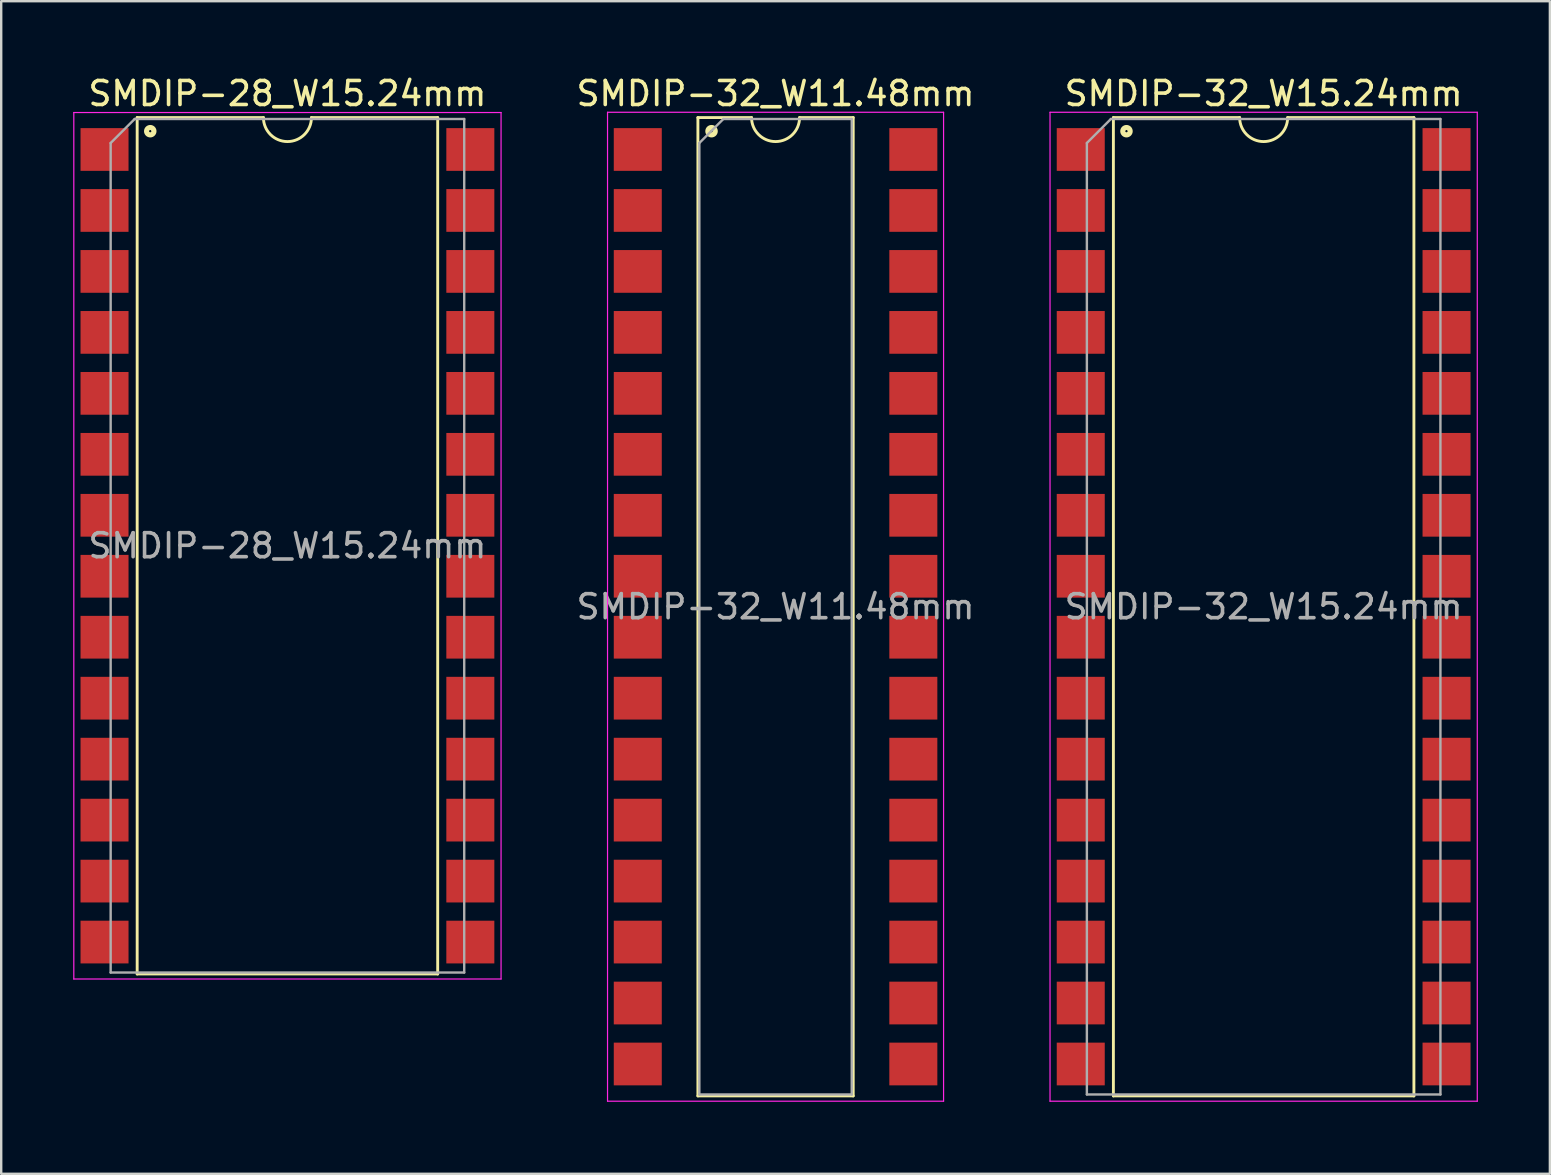
<source format=kicad_pcb>
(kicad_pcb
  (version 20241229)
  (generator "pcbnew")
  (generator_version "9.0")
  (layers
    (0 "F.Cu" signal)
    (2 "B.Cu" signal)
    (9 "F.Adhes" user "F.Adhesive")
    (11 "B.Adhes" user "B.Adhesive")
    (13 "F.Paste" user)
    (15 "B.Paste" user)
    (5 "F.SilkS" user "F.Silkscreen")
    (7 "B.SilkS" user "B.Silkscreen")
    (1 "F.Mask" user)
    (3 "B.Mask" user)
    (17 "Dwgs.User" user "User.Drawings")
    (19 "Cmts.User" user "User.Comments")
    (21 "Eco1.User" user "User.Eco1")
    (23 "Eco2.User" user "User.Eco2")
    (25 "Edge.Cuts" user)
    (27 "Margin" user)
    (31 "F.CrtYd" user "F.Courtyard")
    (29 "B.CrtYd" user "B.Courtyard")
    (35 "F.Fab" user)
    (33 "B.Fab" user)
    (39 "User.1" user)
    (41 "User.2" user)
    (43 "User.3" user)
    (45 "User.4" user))
  (footprint "SMDIP-32_W15.24mm"
    (layer "F.Cu")
    (at 49.596 22.228)
    (property "Reference" "SMDIP-32_W15.24mm" (at 0 -21.38 0) (layer "F.SilkS") (effects (font (size 1 1) (thickness 0.15))))
    (attr smd)
    (fp_line (start -6.26 -20.38) (end -6.26 20.38) (stroke (width 0.12) (type solid)) (layer "F.SilkS"))
    (fp_line (start -6.26 20.38) (end 6.26 20.38) (stroke (width 0.12) (type solid)) (layer "F.SilkS"))
    (fp_line (start -1 -20.38) (end -6.26 -20.38) (stroke (width 0.12) (type solid)) (layer "F.SilkS"))
    (fp_line (start 6.26 -20.38) (end 1 -20.38) (stroke (width 0.12) (type solid)) (layer "F.SilkS"))
    (fp_line (start 6.26 20.38) (end 6.26 -20.38) (stroke (width 0.12) (type solid)) (layer "F.SilkS"))
    (fp_arc (start 1 -20.38) (mid 0 -19.38) (end -1 -20.38) (stroke (width 0.12) (type solid)) (layer "F.SilkS"))
    (fp_circle (center -5.715 -19.812) (end -5.665 -19.812) (stroke (width 0.12) (type solid)) (fill no) (layer "F.SilkS"))
    (fp_circle (center -5.715 -19.812) (end -5.59 -19.812) (stroke (width 0.12) (type solid)) (fill no) (layer "F.SilkS"))
    (fp_circle (center -5.715 -19.812) (end -5.515 -19.812) (stroke (width 0.12) (type solid)) (fill no) (layer "F.SilkS"))
    (fp_line (start -8.9 -20.6) (end -8.9 20.6) (stroke (width 0.05) (type solid)) (layer "F.CrtYd"))
    (fp_line (start -8.9 20.6) (end 8.9 20.6) (stroke (width 0.05) (type solid)) (layer "F.CrtYd"))
    (fp_line (start 8.9 -20.6) (end -8.9 -20.6) (stroke (width 0.05) (type solid)) (layer "F.CrtYd"))
    (fp_line (start 8.9 20.6) (end 8.9 -20.6) (stroke (width 0.05) (type solid)) (layer "F.CrtYd"))
    (fp_line (start -7.365 -19.32) (end -6.365 -20.32) (stroke (width 0.1) (type solid)) (layer "F.Fab"))
    (fp_line (start -7.365 20.32) (end -7.365 -19.32) (stroke (width 0.1) (type solid)) (layer "F.Fab"))
    (fp_line (start -6.365 -20.32) (end 7.365 -20.32) (stroke (width 0.1) (type solid)) (layer "F.Fab"))
    (fp_line (start 7.365 -20.32) (end 7.365 20.32) (stroke (width 0.1) (type solid)) (layer "F.Fab"))
    (fp_line (start 7.365 20.32) (end -7.365 20.32) (stroke (width 0.1) (type solid)) (layer "F.Fab"))
    (fp_text user "${REFERENCE}" (at 0 0 0) (layer "F.Fab") (effects (font (size 1 1) (thickness 0.15))))
    (pad "1" smd rect (at -7.62 -19.05) (size 2 1.78) (layers "F.Cu" "F.Mask" "F.Paste"))
    (pad "2" smd rect (at -7.62 -16.51) (size 2 1.78) (layers "F.Cu" "F.Mask" "F.Paste"))
    (pad "3" smd rect (at -7.62 -13.97) (size 2 1.78) (layers "F.Cu" "F.Mask" "F.Paste"))
    (pad "4" smd rect (at -7.62 -11.43) (size 2 1.78) (layers "F.Cu" "F.Mask" "F.Paste"))
    (pad "5" smd rect (at -7.62 -8.89) (size 2 1.78) (layers "F.Cu" "F.Mask" "F.Paste"))
    (pad "6" smd rect (at -7.62 -6.35) (size 2 1.78) (layers "F.Cu" "F.Mask" "F.Paste"))
    (pad "7" smd rect (at -7.62 -3.81) (size 2 1.78) (layers "F.Cu" "F.Mask" "F.Paste"))
    (pad "8" smd rect (at -7.62 -1.27) (size 2 1.78) (layers "F.Cu" "F.Mask" "F.Paste"))
    (pad "9" smd rect (at -7.62 1.27) (size 2 1.78) (layers "F.Cu" "F.Mask" "F.Paste"))
    (pad "10" smd rect (at -7.62 3.81) (size 2 1.78) (layers "F.Cu" "F.Mask" "F.Paste"))
    (pad "11" smd rect (at -7.62 6.35) (size 2 1.78) (layers "F.Cu" "F.Mask" "F.Paste"))
    (pad "12" smd rect (at -7.62 8.89) (size 2 1.78) (layers "F.Cu" "F.Mask" "F.Paste"))
    (pad "13" smd rect (at -7.62 11.43) (size 2 1.78) (layers "F.Cu" "F.Mask" "F.Paste"))
    (pad "14" smd rect (at -7.62 13.97) (size 2 1.78) (layers "F.Cu" "F.Mask" "F.Paste"))
    (pad "15" smd rect (at -7.62 16.51) (size 2 1.78) (layers "F.Cu" "F.Mask" "F.Paste"))
    (pad "16" smd rect (at -7.62 19.05) (size 2 1.78) (layers "F.Cu" "F.Mask" "F.Paste"))
    (pad "17" smd rect (at 7.62 19.05) (size 2 1.78) (layers "F.Cu" "F.Mask" "F.Paste"))
    (pad "18" smd rect (at 7.62 16.51) (size 2 1.78) (layers "F.Cu" "F.Mask" "F.Paste"))
    (pad "19" smd rect (at 7.62 13.97) (size 2 1.78) (layers "F.Cu" "F.Mask" "F.Paste"))
    (pad "20" smd rect (at 7.62 11.43) (size 2 1.78) (layers "F.Cu" "F.Mask" "F.Paste"))
    (pad "21" smd rect (at 7.62 8.89) (size 2 1.78) (layers "F.Cu" "F.Mask" "F.Paste"))
    (pad "22" smd rect (at 7.62 6.35) (size 2 1.78) (layers "F.Cu" "F.Mask" "F.Paste"))
    (pad "23" smd rect (at 7.62 3.81) (size 2 1.78) (layers "F.Cu" "F.Mask" "F.Paste"))
    (pad "24" smd rect (at 7.62 1.27) (size 2 1.78) (layers "F.Cu" "F.Mask" "F.Paste"))
    (pad "25" smd rect (at 7.62 -1.27) (size 2 1.78) (layers "F.Cu" "F.Mask" "F.Paste"))
    (pad "26" smd rect (at 7.62 -3.81) (size 2 1.78) (layers "F.Cu" "F.Mask" "F.Paste"))
    (pad "27" smd rect (at 7.62 -6.35) (size 2 1.78) (layers "F.Cu" "F.Mask" "F.Paste"))
    (pad "28" smd rect (at 7.62 -8.89) (size 2 1.78) (layers "F.Cu" "F.Mask" "F.Paste"))
    (pad "29" smd rect (at 7.62 -11.43) (size 2 1.78) (layers "F.Cu" "F.Mask" "F.Paste"))
    (pad "30" smd rect (at 7.62 -13.97) (size 2 1.78) (layers "F.Cu" "F.Mask" "F.Paste"))
    (pad "31" smd rect (at 7.62 -16.51) (size 2 1.78) (layers "F.Cu" "F.Mask" "F.Paste"))
    (pad "32" smd rect (at 7.62 -19.05) (size 2 1.78) (layers "F.Cu" "F.Mask" "F.Paste")))
  (footprint "SMDIP-28_W15.24mm"
    (layer "F.Cu")
    (at 8.925 19.688)
    (property "Reference" "SMDIP-28_W15.24mm" (at 0 -18.84 0) (layer "F.SilkS") (effects (font (size 1 1) (thickness 0.15))))
    (attr smd)
    (fp_line (start -6.26 -17.84) (end -6.26 17.84) (stroke (width 0.12) (type solid)) (layer "F.SilkS"))
    (fp_line (start -6.26 17.84) (end 6.26 17.84) (stroke (width 0.12) (type solid)) (layer "F.SilkS"))
    (fp_line (start -1 -17.84) (end -6.26 -17.84) (stroke (width 0.12) (type solid)) (layer "F.SilkS"))
    (fp_line (start 6.26 -17.84) (end 1 -17.84) (stroke (width 0.12) (type solid)) (layer "F.SilkS"))
    (fp_line (start 6.26 17.84) (end 6.26 -17.84) (stroke (width 0.12) (type solid)) (layer "F.SilkS"))
    (fp_arc (start 1 -17.84) (mid 0 -16.84) (end -1 -17.84) (stroke (width 0.12) (type solid)) (layer "F.SilkS"))
    (fp_circle (center -5.715 -17.272) (end -5.665 -17.272) (stroke (width 0.12) (type solid)) (fill no) (layer "F.SilkS"))
    (fp_circle (center -5.715 -17.272) (end -5.59 -17.272) (stroke (width 0.12) (type solid)) (fill no) (layer "F.SilkS"))
    (fp_circle (center -5.715 -17.272) (end -5.515 -17.272) (stroke (width 0.12) (type solid)) (fill no) (layer "F.SilkS"))
    (fp_line (start -8.9 -18.05) (end -8.9 18.05) (stroke (width 0.05) (type solid)) (layer "F.CrtYd"))
    (fp_line (start -8.9 18.05) (end 8.9 18.05) (stroke (width 0.05) (type solid)) (layer "F.CrtYd"))
    (fp_line (start 8.9 -18.05) (end -8.9 -18.05) (stroke (width 0.05) (type solid)) (layer "F.CrtYd"))
    (fp_line (start 8.9 18.05) (end 8.9 -18.05) (stroke (width 0.05) (type solid)) (layer "F.CrtYd"))
    (fp_line (start -7.365 -16.78) (end -6.365 -17.78) (stroke (width 0.1) (type solid)) (layer "F.Fab"))
    (fp_line (start -7.365 17.78) (end -7.365 -16.78) (stroke (width 0.1) (type solid)) (layer "F.Fab"))
    (fp_line (start -6.365 -17.78) (end 7.365 -17.78) (stroke (width 0.1) (type solid)) (layer "F.Fab"))
    (fp_line (start 7.365 -17.78) (end 7.365 17.78) (stroke (width 0.1) (type solid)) (layer "F.Fab"))
    (fp_line (start 7.365 17.78) (end -7.365 17.78) (stroke (width 0.1) (type solid)) (layer "F.Fab"))
    (fp_text user "${REFERENCE}" (at 0 0 0) (layer "F.Fab") (effects (font (size 1 1) (thickness 0.15))))
    (pad "1" smd rect (at -7.62 -16.51) (size 2 1.78) (layers "F.Cu" "F.Mask" "F.Paste"))
    (pad "2" smd rect (at -7.62 -13.97) (size 2 1.78) (layers "F.Cu" "F.Mask" "F.Paste"))
    (pad "3" smd rect (at -7.62 -11.43) (size 2 1.78) (layers "F.Cu" "F.Mask" "F.Paste"))
    (pad "4" smd rect (at -7.62 -8.89) (size 2 1.78) (layers "F.Cu" "F.Mask" "F.Paste"))
    (pad "5" smd rect (at -7.62 -6.35) (size 2 1.78) (layers "F.Cu" "F.Mask" "F.Paste"))
    (pad "6" smd rect (at -7.62 -3.81) (size 2 1.78) (layers "F.Cu" "F.Mask" "F.Paste"))
    (pad "7" smd rect (at -7.62 -1.27) (size 2 1.78) (layers "F.Cu" "F.Mask" "F.Paste"))
    (pad "8" smd rect (at -7.62 1.27) (size 2 1.78) (layers "F.Cu" "F.Mask" "F.Paste"))
    (pad "9" smd rect (at -7.62 3.81) (size 2 1.78) (layers "F.Cu" "F.Mask" "F.Paste"))
    (pad "10" smd rect (at -7.62 6.35) (size 2 1.78) (layers "F.Cu" "F.Mask" "F.Paste"))
    (pad "11" smd rect (at -7.62 8.89) (size 2 1.78) (layers "F.Cu" "F.Mask" "F.Paste"))
    (pad "12" smd rect (at -7.62 11.43) (size 2 1.78) (layers "F.Cu" "F.Mask" "F.Paste"))
    (pad "13" smd rect (at -7.62 13.97) (size 2 1.78) (layers "F.Cu" "F.Mask" "F.Paste"))
    (pad "14" smd rect (at -7.62 16.51) (size 2 1.78) (layers "F.Cu" "F.Mask" "F.Paste"))
    (pad "15" smd rect (at 7.62 16.51) (size 2 1.78) (layers "F.Cu" "F.Mask" "F.Paste"))
    (pad "16" smd rect (at 7.62 13.97) (size 2 1.78) (layers "F.Cu" "F.Mask" "F.Paste"))
    (pad "17" smd rect (at 7.62 11.43) (size 2 1.78) (layers "F.Cu" "F.Mask" "F.Paste"))
    (pad "18" smd rect (at 7.62 8.89) (size 2 1.78) (layers "F.Cu" "F.Mask" "F.Paste"))
    (pad "19" smd rect (at 7.62 6.35) (size 2 1.78) (layers "F.Cu" "F.Mask" "F.Paste"))
    (pad "20" smd rect (at 7.62 3.81) (size 2 1.78) (layers "F.Cu" "F.Mask" "F.Paste"))
    (pad "21" smd rect (at 7.62 1.27) (size 2 1.78) (layers "F.Cu" "F.Mask" "F.Paste"))
    (pad "22" smd rect (at 7.62 -1.27) (size 2 1.78) (layers "F.Cu" "F.Mask" "F.Paste"))
    (pad "23" smd rect (at 7.62 -3.81) (size 2 1.78) (layers "F.Cu" "F.Mask" "F.Paste"))
    (pad "24" smd rect (at 7.62 -6.35) (size 2 1.78) (layers "F.Cu" "F.Mask" "F.Paste"))
    (pad "25" smd rect (at 7.62 -8.89) (size 2 1.78) (layers "F.Cu" "F.Mask" "F.Paste"))
    (pad "26" smd rect (at 7.62 -11.43) (size 2 1.78) (layers "F.Cu" "F.Mask" "F.Paste"))
    (pad "27" smd rect (at 7.62 -13.97) (size 2 1.78) (layers "F.Cu" "F.Mask" "F.Paste"))
    (pad "28" smd rect (at 7.62 -16.51) (size 2 1.78) (layers "F.Cu" "F.Mask" "F.Paste")))
  (footprint "SMDIP-32_W11.48mm"
    (layer "F.Cu")
    (at 29.261 22.228)
    (property "Reference" "SMDIP-32_W11.48mm" (at 0 -21.38 0) (layer "F.SilkS") (effects (font (size 1 1) (thickness 0.15))))
    (attr smd)
    (fp_line (start -3.235 -20.38) (end -3.235 20.38) (stroke (width 0.12) (type solid)) (layer "F.SilkS"))
    (fp_line (start -3.235 20.38) (end 3.235 20.38) (stroke (width 0.12) (type solid)) (layer "F.SilkS"))
    (fp_line (start -1 -20.38) (end -3.235 -20.38) (stroke (width 0.12) (type solid)) (layer "F.SilkS"))
    (fp_line (start 3.235 -20.38) (end 1 -20.38) (stroke (width 0.12) (type solid)) (layer "F.SilkS"))
    (fp_line (start 3.235 20.38) (end 3.235 -20.38) (stroke (width 0.12) (type solid)) (layer "F.SilkS"))
    (fp_arc (start 1 -20.38) (mid 0 -19.38) (end -1 -20.38) (stroke (width 0.12) (type solid)) (layer "F.SilkS"))
    (fp_circle (center -2.667 -19.812) (end -2.617 -19.812) (stroke (width 0.12) (type solid)) (fill no) (layer "F.SilkS"))
    (fp_circle (center -2.667 -19.812) (end -2.542 -19.812) (stroke (width 0.12) (type solid)) (fill no) (layer "F.SilkS"))
    (fp_circle (center -2.667 -19.812) (end -2.467 -19.812) (stroke (width 0.12) (type solid)) (fill no) (layer "F.SilkS"))
    (fp_line (start -7 -20.6) (end -7 20.6) (stroke (width 0.05) (type solid)) (layer "F.CrtYd"))
    (fp_line (start -7 20.6) (end 7 20.6) (stroke (width 0.05) (type solid)) (layer "F.CrtYd"))
    (fp_line (start 7 -20.6) (end -7 -20.6) (stroke (width 0.05) (type solid)) (layer "F.CrtYd"))
    (fp_line (start 7 20.6) (end 7 -20.6) (stroke (width 0.05) (type solid)) (layer "F.CrtYd"))
    (fp_line (start -3.175 -19.32) (end -2.175 -20.32) (stroke (width 0.1) (type solid)) (layer "F.Fab"))
    (fp_line (start -3.175 20.32) (end -3.175 -19.32) (stroke (width 0.1) (type solid)) (layer "F.Fab"))
    (fp_line (start -2.175 -20.32) (end 3.175 -20.32) (stroke (width 0.1) (type solid)) (layer "F.Fab"))
    (fp_line (start 3.175 -20.32) (end 3.175 20.32) (stroke (width 0.1) (type solid)) (layer "F.Fab"))
    (fp_line (start 3.175 20.32) (end -3.175 20.32) (stroke (width 0.1) (type solid)) (layer "F.Fab"))
    (fp_text user "${REFERENCE}" (at 0 0 0) (layer "F.Fab") (effects (font (size 1 1) (thickness 0.15))))
    (pad "1" smd rect (at -5.74 -19.05) (size 2 1.78) (layers "F.Cu" "F.Mask" "F.Paste"))
    (pad "2" smd rect (at -5.74 -16.51) (size 2 1.78) (layers "F.Cu" "F.Mask" "F.Paste"))
    (pad "3" smd rect (at -5.74 -13.97) (size 2 1.78) (layers "F.Cu" "F.Mask" "F.Paste"))
    (pad "4" smd rect (at -5.74 -11.43) (size 2 1.78) (layers "F.Cu" "F.Mask" "F.Paste"))
    (pad "5" smd rect (at -5.74 -8.89) (size 2 1.78) (layers "F.Cu" "F.Mask" "F.Paste"))
    (pad "6" smd rect (at -5.74 -6.35) (size 2 1.78) (layers "F.Cu" "F.Mask" "F.Paste"))
    (pad "7" smd rect (at -5.74 -3.81) (size 2 1.78) (layers "F.Cu" "F.Mask" "F.Paste"))
    (pad "8" smd rect (at -5.74 -1.27) (size 2 1.78) (layers "F.Cu" "F.Mask" "F.Paste"))
    (pad "9" smd rect (at -5.74 1.27) (size 2 1.78) (layers "F.Cu" "F.Mask" "F.Paste"))
    (pad "10" smd rect (at -5.74 3.81) (size 2 1.78) (layers "F.Cu" "F.Mask" "F.Paste"))
    (pad "11" smd rect (at -5.74 6.35) (size 2 1.78) (layers "F.Cu" "F.Mask" "F.Paste"))
    (pad "12" smd rect (at -5.74 8.89) (size 2 1.78) (layers "F.Cu" "F.Mask" "F.Paste"))
    (pad "13" smd rect (at -5.74 11.43) (size 2 1.78) (layers "F.Cu" "F.Mask" "F.Paste"))
    (pad "14" smd rect (at -5.74 13.97) (size 2 1.78) (layers "F.Cu" "F.Mask" "F.Paste"))
    (pad "15" smd rect (at -5.74 16.51) (size 2 1.78) (layers "F.Cu" "F.Mask" "F.Paste"))
    (pad "16" smd rect (at -5.74 19.05) (size 2 1.78) (layers "F.Cu" "F.Mask" "F.Paste"))
    (pad "17" smd rect (at 5.74 19.05) (size 2 1.78) (layers "F.Cu" "F.Mask" "F.Paste"))
    (pad "18" smd rect (at 5.74 16.51) (size 2 1.78) (layers "F.Cu" "F.Mask" "F.Paste"))
    (pad "19" smd rect (at 5.74 13.97) (size 2 1.78) (layers "F.Cu" "F.Mask" "F.Paste"))
    (pad "20" smd rect (at 5.74 11.43) (size 2 1.78) (layers "F.Cu" "F.Mask" "F.Paste"))
    (pad "21" smd rect (at 5.74 8.89) (size 2 1.78) (layers "F.Cu" "F.Mask" "F.Paste"))
    (pad "22" smd rect (at 5.74 6.35) (size 2 1.78) (layers "F.Cu" "F.Mask" "F.Paste"))
    (pad "23" smd rect (at 5.74 3.81) (size 2 1.78) (layers "F.Cu" "F.Mask" "F.Paste"))
    (pad "24" smd rect (at 5.74 1.27) (size 2 1.78) (layers "F.Cu" "F.Mask" "F.Paste"))
    (pad "25" smd rect (at 5.74 -1.27) (size 2 1.78) (layers "F.Cu" "F.Mask" "F.Paste"))
    (pad "26" smd rect (at 5.74 -3.81) (size 2 1.78) (layers "F.Cu" "F.Mask" "F.Paste"))
    (pad "27" smd rect (at 5.74 -6.35) (size 2 1.78) (layers "F.Cu" "F.Mask" "F.Paste"))
    (pad "28" smd rect (at 5.74 -8.89) (size 2 1.78) (layers "F.Cu" "F.Mask" "F.Paste"))
    (pad "29" smd rect (at 5.74 -11.43) (size 2 1.78) (layers "F.Cu" "F.Mask" "F.Paste"))
    (pad "30" smd rect (at 5.74 -13.97) (size 2 1.78) (layers "F.Cu" "F.Mask" "F.Paste"))
    (pad "31" smd rect (at 5.74 -16.51) (size 2 1.78) (layers "F.Cu" "F.Mask" "F.Paste"))
    (pad "32" smd rect (at 5.74 -19.05) (size 2 1.78) (layers "F.Cu" "F.Mask" "F.Paste")))
  (gr_rect
    (start -3 -3)
    (end 61.521 45.853)
    (stroke (width 0.1) (type default))
    (fill no)
    (layer "Edge.Cuts")))
</source>
